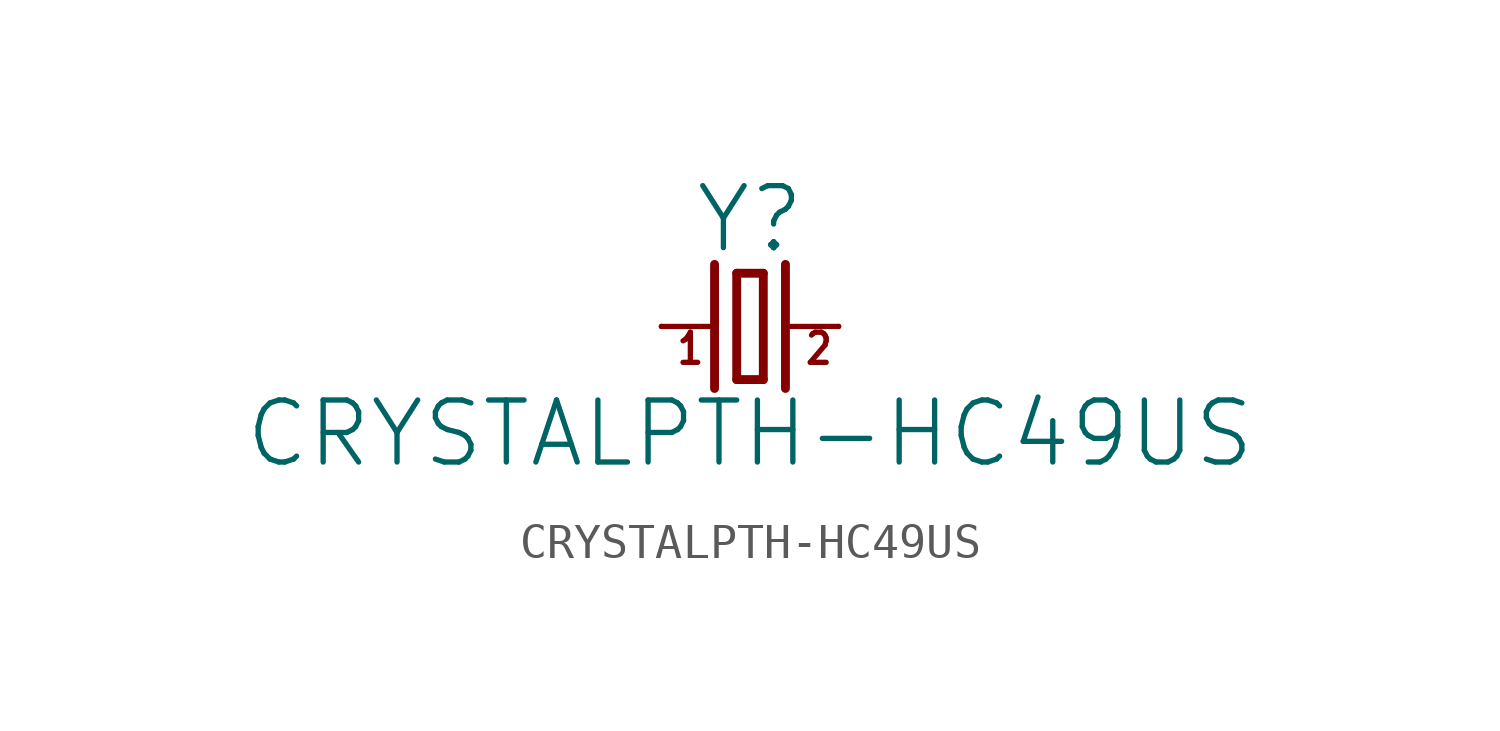
<source format=kicad_sym>
(kicad_symbol_lib
  (version 20211014)
  (generator kicad_symbol_editor)
  (symbol "CRYSTALPTH-HC49US"
    (property "Reference" "Y"
      (at 0 2.032 0)
      (effects (font (size 1.778 1.778)) (justify bottom)))
    (property "Value" "CRYSTALPTH-HC49US"
      (at 0 -2.032 0)
      (effects (font (size 1.778 1.778)) (justify top)))
    (property "ki_locked" ""
      (at 0 0 0)
      (effects (font (size 1.27 1.27))))
    (symbol "CRYSTALPTH-HC49US_1_0"
      (polyline (pts (xy -2.54 0) (xy -1.016 0)) (stroke (width 0.152) (type default) (color 0 0 0 0)) (fill (type none)))
      (polyline (pts (xy -1.016 1.778) (xy -1.016 -1.778)) (stroke (width 0.254) (type default) (color 0 0 0 0)) (fill (type none)))
      (polyline (pts (xy -0.381 -1.524) (xy 0.381 -1.524)) (stroke (width 0.254) (type default) (color 0 0 0 0)) (fill (type none)))
      (polyline (pts (xy -0.381 1.524) (xy -0.381 -1.524)) (stroke (width 0.254) (type default) (color 0 0 0 0)) (fill (type none)))
      (polyline (pts (xy 0.381 -1.524) (xy 0.381 1.524)) (stroke (width 0.254) (type default) (color 0 0 0 0)) (fill (type none)))
      (polyline (pts (xy 0.381 1.524) (xy -0.381 1.524)) (stroke (width 0.254) (type default) (color 0 0 0 0)) (fill (type none)))
      (polyline (pts (xy 1.016 0) (xy 2.54 0)) (stroke (width 0.152) (type default) (color 0 0 0 0)) (fill (type none)))
      (polyline (pts (xy 1.016 1.778) (xy 1.016 -1.778)) (stroke (width 0.254) (type default) (color 0 0 0 0)) (fill (type none)))
      (text "1" (at -2.159 -1.143 0) (effects (font (size 0.864 0.734)) (justify left bottom)))
      (text "2" (at 1.524 -1.143 0) (effects (font (size 0.864 0.734)) (justify left bottom)))
      (pin passive line (at -2.54 0 0) (length 0) (name "1" (effects (font (size 0 0)))) (number "1" (effects (font (size 0 0)))))
      (pin passive line (at 2.54 0 180) (length 0) (name "2" (effects (font (size 0 0)))) (number "2" (effects (font (size 0 0))))))))
</source>
